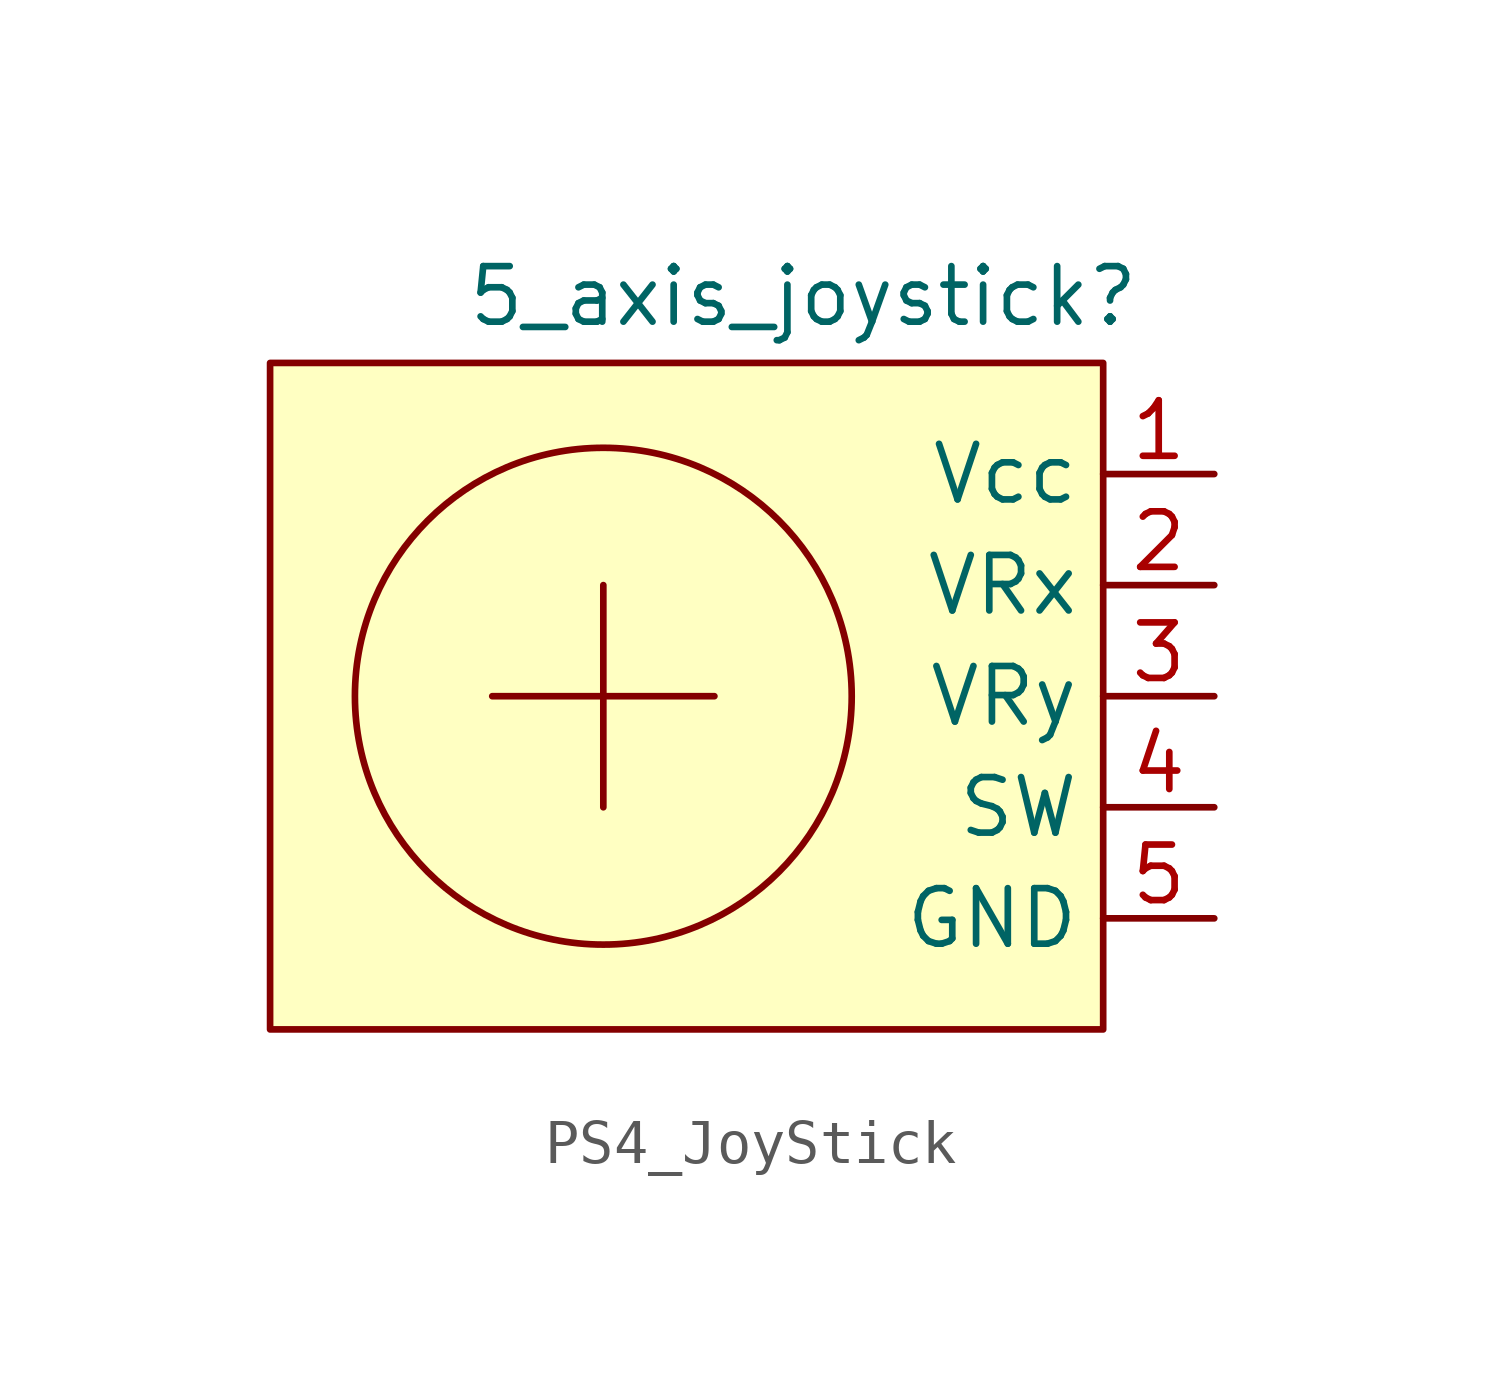
<source format=kicad_sym>
(kicad_symbol_lib
  (version 20231120)
  (generator "kicad_symbol_editor")
  (generator_version "8.0")
  (symbol "PS4_JoyStick"
    (property "Reference" "5_axis_joystick"
      (at 3.302 9.144 0)
      (effects (font (size 1.27 1.27))))
    (property "Value" ""
      (at 0 3.81 0)
      (effects (font (size 1.27 1.27))))
    (symbol "PS4_JoyStick_1_1"
      (rectangle (start -8.89 7.62) (end 10.16 -7.62) (stroke (width 0) (type default)) (fill (type background)))
      (circle (center -1.27 0) (radius 5.68) (stroke (width 0) (type default)) (fill (type none)))
      (polyline (pts (xy -3.81 0) (xy 1.27 0)) (stroke (width 0) (type default)) (fill (type none)))
      (polyline (pts (xy -1.27 2.54) (xy -1.27 -2.54)) (stroke (width 0) (type default)) (fill (type none)))
      (pin passive line (at 12.7 5.08 180) (length 2.54) (name "Vcc" (effects (font (size 1.27 1.27)))) (number "1" (effects (font (size 1.27 1.27)))))
      (pin passive line (at 12.7 2.54 180) (length 2.54) (name "VRx" (effects (font (size 1.27 1.27)))) (number "2" (effects (font (size 1.27 1.27)))))
      (pin passive line (at 12.7 0 180) (length 2.54) (name "VRy" (effects (font (size 1.27 1.27)))) (number "3" (effects (font (size 1.27 1.27)))))
      (pin passive line (at 12.7 -2.54 180) (length 2.54) (name "SW" (effects (font (size 1.27 1.27)))) (number "4" (effects (font (size 1.27 1.27)))))
      (pin passive line (at 12.7 -5.08 180) (length 2.54) (name "GND" (effects (font (size 1.27 1.27)))) (number "5" (effects (font (size 1.27 1.27))))))))
</source>
